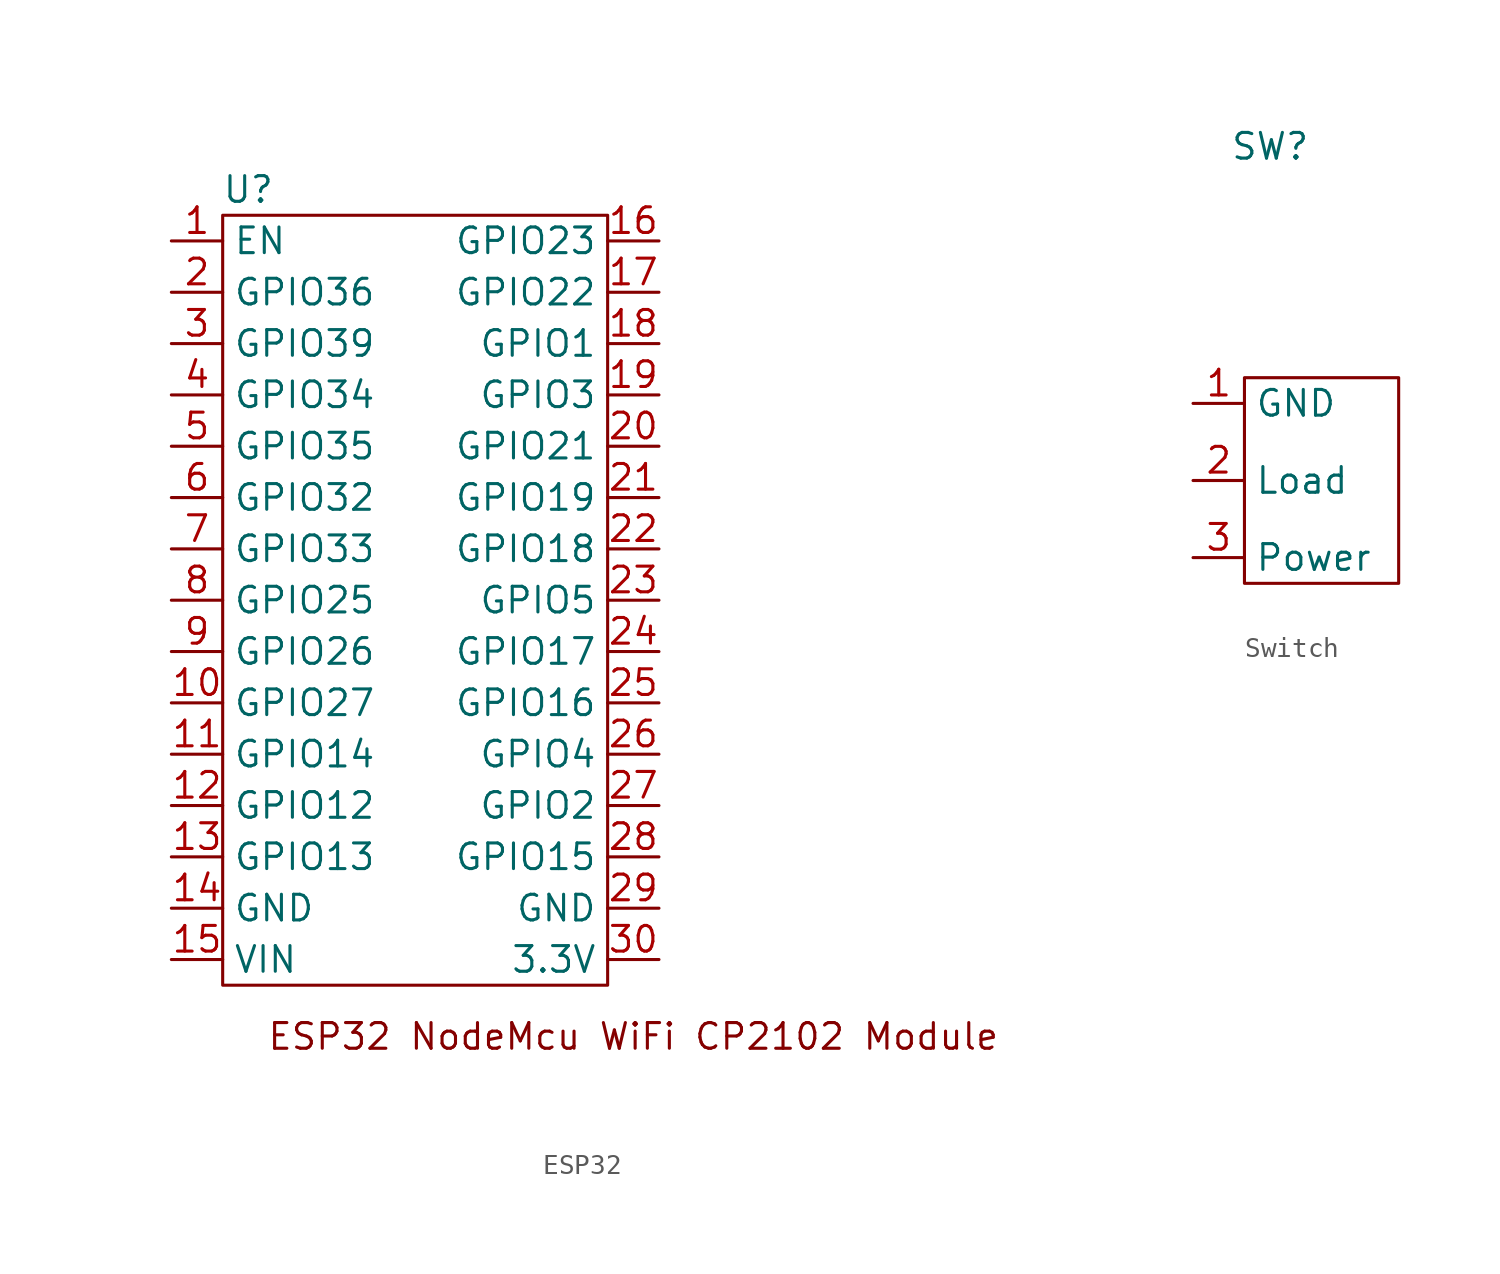
<source format=kicad_sym>
(kicad_symbol_lib
  (version 20220914)
  (generator kicad_symbol_editor)
  (symbol "ESP32"
    (property "Reference" "U"
      (at -8.89 20.32 0)
      (effects (font (size 1.27 1.27))))
    (property "Value" ""
      (at 0 0 0)
      (effects (font (size 1.27 1.27))))
    (symbol "ESP32_0_1"
      (rectangle (start -10.16 19.05) (end 8.89 -19.05) (stroke (width 0) (type default)) (fill (type none))))
    (symbol "ESP32_1_1"
      (text "ESP32 NodeMcu WiFi CP2102 Module" (at 10.16 -21.59 0) (effects (font (size 1.27 1.27))))
      (pin input line (at -12.7 17.78 0) (length 2.54) (name "EN" (effects (font (size 1.27 1.27)))) (number "1" (effects (font (size 1.27 1.27)))))
      (pin input line (at -12.7 -5.08 0) (length 2.54) (name "GPIO27" (effects (font (size 1.27 1.27)))) (number "10" (effects (font (size 1.27 1.27)))))
      (pin bidirectional line (at -12.7 -7.62 0) (length 2.54) (name "GPIO14" (effects (font (size 1.27 1.27)))) (number "11" (effects (font (size 1.27 1.27)))))
      (pin bidirectional line (at -12.7 -10.16 0) (length 2.54) (name "GPIO12" (effects (font (size 1.27 1.27)))) (number "12" (effects (font (size 1.27 1.27)))))
      (pin bidirectional line (at -12.7 -12.7 0) (length 2.54) (name "GPIO13" (effects (font (size 1.27 1.27)))) (number "13" (effects (font (size 1.27 1.27)))))
      (pin power_in line (at -12.7 -15.24 0) (length 2.54) (name "GND" (effects (font (size 1.27 1.27)))) (number "14" (effects (font (size 1.27 1.27)))))
      (pin power_in line (at -12.7 -17.78 0) (length 2.54) (name "VIN" (effects (font (size 1.27 1.27)))) (number "15" (effects (font (size 1.27 1.27)))))
      (pin output line (at 11.43 17.78 180) (length 2.54) (name "GPIO23" (effects (font (size 1.27 1.27)))) (number "16" (effects (font (size 1.27 1.27)))))
      (pin output line (at 11.43 15.24 180) (length 2.54) (name "GPIO22" (effects (font (size 1.27 1.27)))) (number "17" (effects (font (size 1.27 1.27)))))
      (pin bidirectional line (at 11.43 12.7 180) (length 2.54) (name "GPIO1" (effects (font (size 1.27 1.27)))) (number "18" (effects (font (size 1.27 1.27)))))
      (pin bidirectional line (at 11.43 10.16 180) (length 2.54) (name "GPIO3" (effects (font (size 1.27 1.27)))) (number "19" (effects (font (size 1.27 1.27)))))
      (pin input line (at -12.7 15.24 0) (length 2.54) (name "GPIO36" (effects (font (size 1.27 1.27)))) (number "2" (effects (font (size 1.27 1.27)))))
      (pin output line (at 11.43 7.62 180) (length 2.54) (name "GPIO21" (effects (font (size 1.27 1.27)))) (number "20" (effects (font (size 1.27 1.27)))))
      (pin output line (at 11.43 5.08 180) (length 2.54) (name "GPIO19" (effects (font (size 1.27 1.27)))) (number "21" (effects (font (size 1.27 1.27)))))
      (pin output line (at 11.43 2.54 180) (length 2.54) (name "GPIO18" (effects (font (size 1.27 1.27)))) (number "22" (effects (font (size 1.27 1.27)))))
      (pin output line (at 11.43 0 180) (length 2.54) (name "GPIO5" (effects (font (size 1.27 1.27)))) (number "23" (effects (font (size 1.27 1.27)))))
      (pin output line (at 11.43 -2.54 180) (length 2.54) (name "GPIO17" (effects (font (size 1.27 1.27)))) (number "24" (effects (font (size 1.27 1.27)))))
      (pin output line (at 11.43 -5.08 180) (length 2.54) (name "GPIO16" (effects (font (size 1.27 1.27)))) (number "25" (effects (font (size 1.27 1.27)))))
      (pin input line (at 11.43 -7.62 180) (length 2.54) (name "GPIO4" (effects (font (size 1.27 1.27)))) (number "26" (effects (font (size 1.27 1.27)))))
      (pin input line (at 11.43 -10.16 180) (length 2.54) (name "GPIO2" (effects (font (size 1.27 1.27)))) (number "27" (effects (font (size 1.27 1.27)))))
      (pin bidirectional line (at 11.43 -12.7 180) (length 2.54) (name "GPIO15" (effects (font (size 1.27 1.27)))) (number "28" (effects (font (size 1.27 1.27)))))
      (pin power_in line (at 11.43 -15.24 180) (length 2.54) (name "GND" (effects (font (size 1.27 1.27)))) (number "29" (effects (font (size 1.27 1.27)))))
      (pin input line (at -12.7 12.7 0) (length 2.54) (name "GPIO39" (effects (font (size 1.27 1.27)))) (number "3" (effects (font (size 1.27 1.27)))))
      (pin power_out line (at 11.43 -17.78 180) (length 2.54) (name "3.3V" (effects (font (size 1.27 1.27)))) (number "30" (effects (font (size 1.27 1.27)))))
      (pin input line (at -12.7 10.16 0) (length 2.54) (name "GPIO34" (effects (font (size 1.27 1.27)))) (number "4" (effects (font (size 1.27 1.27)))))
      (pin input line (at -12.7 7.62 0) (length 2.54) (name "GPIO35" (effects (font (size 1.27 1.27)))) (number "5" (effects (font (size 1.27 1.27)))))
      (pin bidirectional line (at -12.7 5.08 0) (length 2.54) (name "GPIO32" (effects (font (size 1.27 1.27)))) (number "6" (effects (font (size 1.27 1.27)))))
      (pin bidirectional line (at -12.7 2.54 0) (length 2.54) (name "GPIO33" (effects (font (size 1.27 1.27)))) (number "7" (effects (font (size 1.27 1.27)))))
      (pin input line (at -12.7 0 0) (length 2.54) (name "GPIO25" (effects (font (size 1.27 1.27)))) (number "8" (effects (font (size 1.27 1.27)))))
      (pin input line (at -12.7 -2.54 0) (length 2.54) (name "GPIO26" (effects (font (size 1.27 1.27)))) (number "9" (effects (font (size 1.27 1.27)))))))
  (symbol "Switch"
    (property "Reference" "SW"
      (at 0 16.51 0)
      (effects (font (size 1.27 1.27))))
    (property "Value" ""
      (at 0 0 0)
      (effects (font (size 1.27 1.27))))
    (symbol "Switch_0_1"
      (rectangle (start -1.27 5.08) (end 6.35 -5.08) (stroke (width 0) (type default)) (fill (type none))))
    (symbol "Switch_1_1"
      (pin power_in line (at -3.81 3.81 0) (length 2.54) (name "GND" (effects (font (size 1.27 1.27)))) (number "1" (effects (font (size 1.27 1.27)))))
      (pin power_out line (at -3.81 0 0) (length 2.54) (name "Load" (effects (font (size 1.27 1.27)))) (number "2" (effects (font (size 1.27 1.27)))))
      (pin power_in line (at -3.81 -3.81 0) (length 2.54) (name "Power" (effects (font (size 1.27 1.27)))) (number "3" (effects (font (size 1.27 1.27))))))))
</source>
